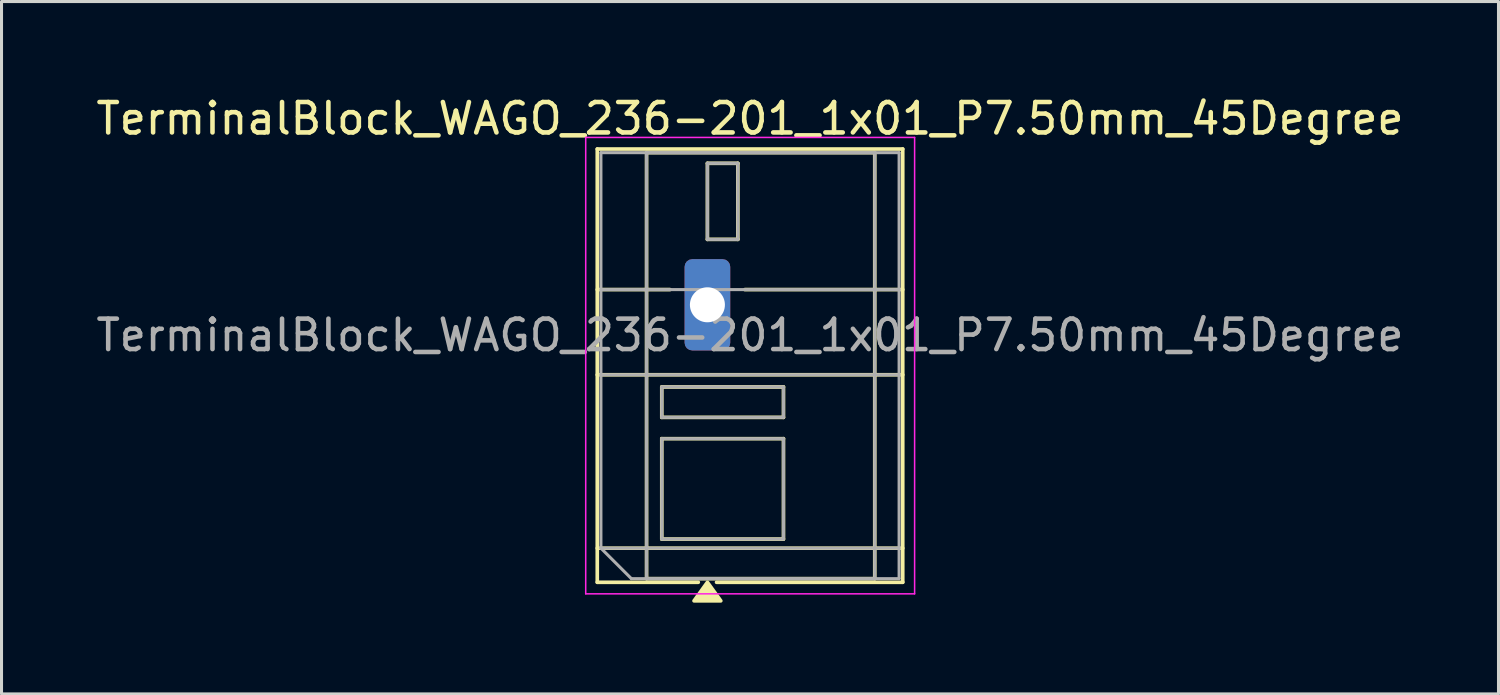
<source format=kicad_pcb>
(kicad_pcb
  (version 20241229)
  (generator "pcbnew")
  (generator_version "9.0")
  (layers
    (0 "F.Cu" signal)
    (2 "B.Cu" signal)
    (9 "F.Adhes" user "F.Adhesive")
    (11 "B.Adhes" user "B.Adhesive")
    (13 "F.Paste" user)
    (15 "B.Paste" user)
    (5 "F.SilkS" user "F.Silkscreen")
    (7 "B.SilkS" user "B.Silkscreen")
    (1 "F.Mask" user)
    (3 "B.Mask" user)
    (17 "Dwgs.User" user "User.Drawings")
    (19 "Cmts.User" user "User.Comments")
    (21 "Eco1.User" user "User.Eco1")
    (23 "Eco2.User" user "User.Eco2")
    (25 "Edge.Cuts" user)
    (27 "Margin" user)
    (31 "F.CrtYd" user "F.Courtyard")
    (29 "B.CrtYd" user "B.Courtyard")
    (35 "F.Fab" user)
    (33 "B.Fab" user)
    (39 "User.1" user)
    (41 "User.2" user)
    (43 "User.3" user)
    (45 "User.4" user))
  (footprint "TerminalBlock_WAGO_236-201_1x01_P7.50mm_45Degree"
    (layer "F.Cu")
    (at 20.201 6.968)
    (property "Reference" "TerminalBlock_WAGO_236-201_1x01_P7.50mm_45Degree" (at 1.4 -6.12 0) (layer "F.SilkS") (effects (font (size 1 1) (thickness 0.15))))
    (attr through_hole)
    (fp_line (start -3.62 -5.12) (end -3.62 9.12) (stroke (width 0.12) (type solid)) (layer "F.SilkS"))
    (fp_line (start -3.62 -5.12) (end 6.42 -5.12) (stroke (width 0.12) (type solid)) (layer "F.SilkS"))
    (fp_line (start -3.62 -0.5) (end -1.23 -0.5) (stroke (width 0.12) (type solid)) (layer "F.SilkS"))
    (fp_line (start -3.62 2.3) (end 6.42 2.3) (stroke (width 0.12) (type solid)) (layer "F.SilkS"))
    (fp_line (start -3.62 8) (end 6.42 8) (stroke (width 0.12) (type solid)) (layer "F.SilkS"))
    (fp_line (start -3.62 9.12) (end -0.3 9.12) (stroke (width 0.12) (type solid)) (layer "F.SilkS"))
    (fp_line (start -2 -5) (end -2 9) (stroke (width 0.12) (type solid)) (layer "F.SilkS"))
    (fp_line (start -2 -5) (end 5.5 -5) (stroke (width 0.12) (type solid)) (layer "F.SilkS"))
    (fp_line (start -2 9) (end 5.5 9) (stroke (width 0.12) (type solid)) (layer "F.SilkS"))
    (fp_line (start -1.5 2.7) (end -1.5 3.7) (stroke (width 0.12) (type solid)) (layer "F.SilkS"))
    (fp_line (start -1.5 2.7) (end 2.5 2.7) (stroke (width 0.12) (type solid)) (layer "F.SilkS"))
    (fp_line (start -1.5 3.7) (end 2.5 3.7) (stroke (width 0.12) (type solid)) (layer "F.SilkS"))
    (fp_line (start -1.5 4.4) (end -1.5 7.7) (stroke (width 0.12) (type solid)) (layer "F.SilkS"))
    (fp_line (start -1.5 4.4) (end 2.5 4.4) (stroke (width 0.12) (type solid)) (layer "F.SilkS"))
    (fp_line (start -1.5 7.7) (end 2.5 7.7) (stroke (width 0.12) (type solid)) (layer "F.SilkS"))
    (fp_line (start 0 -4.65) (end 0 -2.15) (stroke (width 0.12) (type solid)) (layer "F.SilkS"))
    (fp_line (start 0 -4.65) (end 1 -4.65) (stroke (width 0.12) (type solid)) (layer "F.SilkS"))
    (fp_line (start 0 -2.15) (end 1 -2.15) (stroke (width 0.12) (type solid)) (layer "F.SilkS"))
    (fp_line (start 0.3 9.12) (end 6.42 9.12) (stroke (width 0.12) (type solid)) (layer "F.SilkS"))
    (fp_line (start 1 -4.65) (end 1 -2.15) (stroke (width 0.12) (type solid)) (layer "F.SilkS"))
    (fp_line (start 1.23 -0.5) (end 6.42 -0.5) (stroke (width 0.12) (type solid)) (layer "F.SilkS"))
    (fp_line (start 2.5 2.7) (end 2.5 3.7) (stroke (width 0.12) (type solid)) (layer "F.SilkS"))
    (fp_line (start 2.5 4.4) (end 2.5 7.7) (stroke (width 0.12) (type solid)) (layer "F.SilkS"))
    (fp_line (start 5.5 -5) (end 5.5 9) (stroke (width 0.12) (type solid)) (layer "F.SilkS"))
    (fp_line (start 6.42 -5.12) (end 6.42 9.12) (stroke (width 0.12) (type solid)) (layer "F.SilkS"))
    (fp_poly (pts (xy 0 9.12) (xy 0.44 9.73) (xy -0.44 9.73)) (stroke (width 0.12) (type solid)) (fill yes) (layer "F.SilkS"))
    (fp_line (start -4 -5.5) (end -4 9.5) (stroke (width 0.05) (type solid)) (layer "F.CrtYd"))
    (fp_line (start -4 9.5) (end 6.81 9.5) (stroke (width 0.05) (type solid)) (layer "F.CrtYd"))
    (fp_line (start 6.81 -5.5) (end -4 -5.5) (stroke (width 0.05) (type solid)) (layer "F.CrtYd"))
    (fp_line (start 6.81 9.5) (end 6.81 -5.5) (stroke (width 0.05) (type solid)) (layer "F.CrtYd"))
    (fp_line (start -3.5 -5) (end 6.3 -5) (stroke (width 0.1) (type solid)) (layer "F.Fab"))
    (fp_line (start -3.5 -0.5) (end 6.3 -0.5) (stroke (width 0.1) (type solid)) (layer "F.Fab"))
    (fp_line (start -3.5 2.3) (end 6.3 2.3) (stroke (width 0.1) (type solid)) (layer "F.Fab"))
    (fp_line (start -3.5 8) (end -3.5 -5) (stroke (width 0.1) (type solid)) (layer "F.Fab"))
    (fp_line (start -3.5 8) (end 6.3 8) (stroke (width 0.1) (type solid)) (layer "F.Fab"))
    (fp_line (start -2.5 9) (end -3.5 8) (stroke (width 0.1) (type solid)) (layer "F.Fab"))
    (fp_line (start -2 -5) (end -2 9) (stroke (width 0.1) (type solid)) (layer "F.Fab"))
    (fp_line (start -2 9) (end 5.5 9) (stroke (width 0.1) (type solid)) (layer "F.Fab"))
    (fp_line (start -1.5 2.7) (end -1.5 3.7) (stroke (width 0.1) (type solid)) (layer "F.Fab"))
    (fp_line (start -1.5 3.7) (end 2.5 3.7) (stroke (width 0.1) (type solid)) (layer "F.Fab"))
    (fp_line (start -1.5 4.4) (end -1.5 7.7) (stroke (width 0.1) (type solid)) (layer "F.Fab"))
    (fp_line (start -1.5 7.7) (end 2.5 7.7) (stroke (width 0.1) (type solid)) (layer "F.Fab"))
    (fp_line (start 0 -4.65) (end 0 -2.15) (stroke (width 0.1) (type solid)) (layer "F.Fab"))
    (fp_line (start 0 -2.15) (end 1 -2.15) (stroke (width 0.1) (type solid)) (layer "F.Fab"))
    (fp_line (start 1 -4.65) (end 0 -4.65) (stroke (width 0.1) (type solid)) (layer "F.Fab"))
    (fp_line (start 1 -2.15) (end 1 -4.65) (stroke (width 0.1) (type solid)) (layer "F.Fab"))
    (fp_line (start 2.5 2.7) (end -1.5 2.7) (stroke (width 0.1) (type solid)) (layer "F.Fab"))
    (fp_line (start 2.5 3.7) (end 2.5 2.7) (stroke (width 0.1) (type solid)) (layer "F.Fab"))
    (fp_line (start 2.5 4.4) (end -1.5 4.4) (stroke (width 0.1) (type solid)) (layer "F.Fab"))
    (fp_line (start 2.5 7.7) (end 2.5 4.4) (stroke (width 0.1) (type solid)) (layer "F.Fab"))
    (fp_line (start 5.5 -5) (end -2 -5) (stroke (width 0.1) (type solid)) (layer "F.Fab"))
    (fp_line (start 5.5 9) (end 5.5 -5) (stroke (width 0.1) (type solid)) (layer "F.Fab"))
    (fp_line (start 6.3 -5) (end 6.3 9) (stroke (width 0.1) (type solid)) (layer "F.Fab"))
    (fp_line (start 6.3 9) (end -2.5 9) (stroke (width 0.1) (type solid)) (layer "F.Fab"))
    (fp_text user "${REFERENCE}" (at 1.4 1 0) (layer "F.Fab") (effects (font (size 1 1) (thickness 0.15))))
    (pad "1" thru_hole roundrect (at 0 0) (size 1.5 3) (drill 1.15) (layers "*.Cu" "*.Mask") (roundrect_rratio 0.167)))
  (gr_rect
    (start -3 -3)
    (end 46.202 19.758)
    (stroke (width 0.1) (type default))
    (fill no)
    (layer "Edge.Cuts")))
</source>
